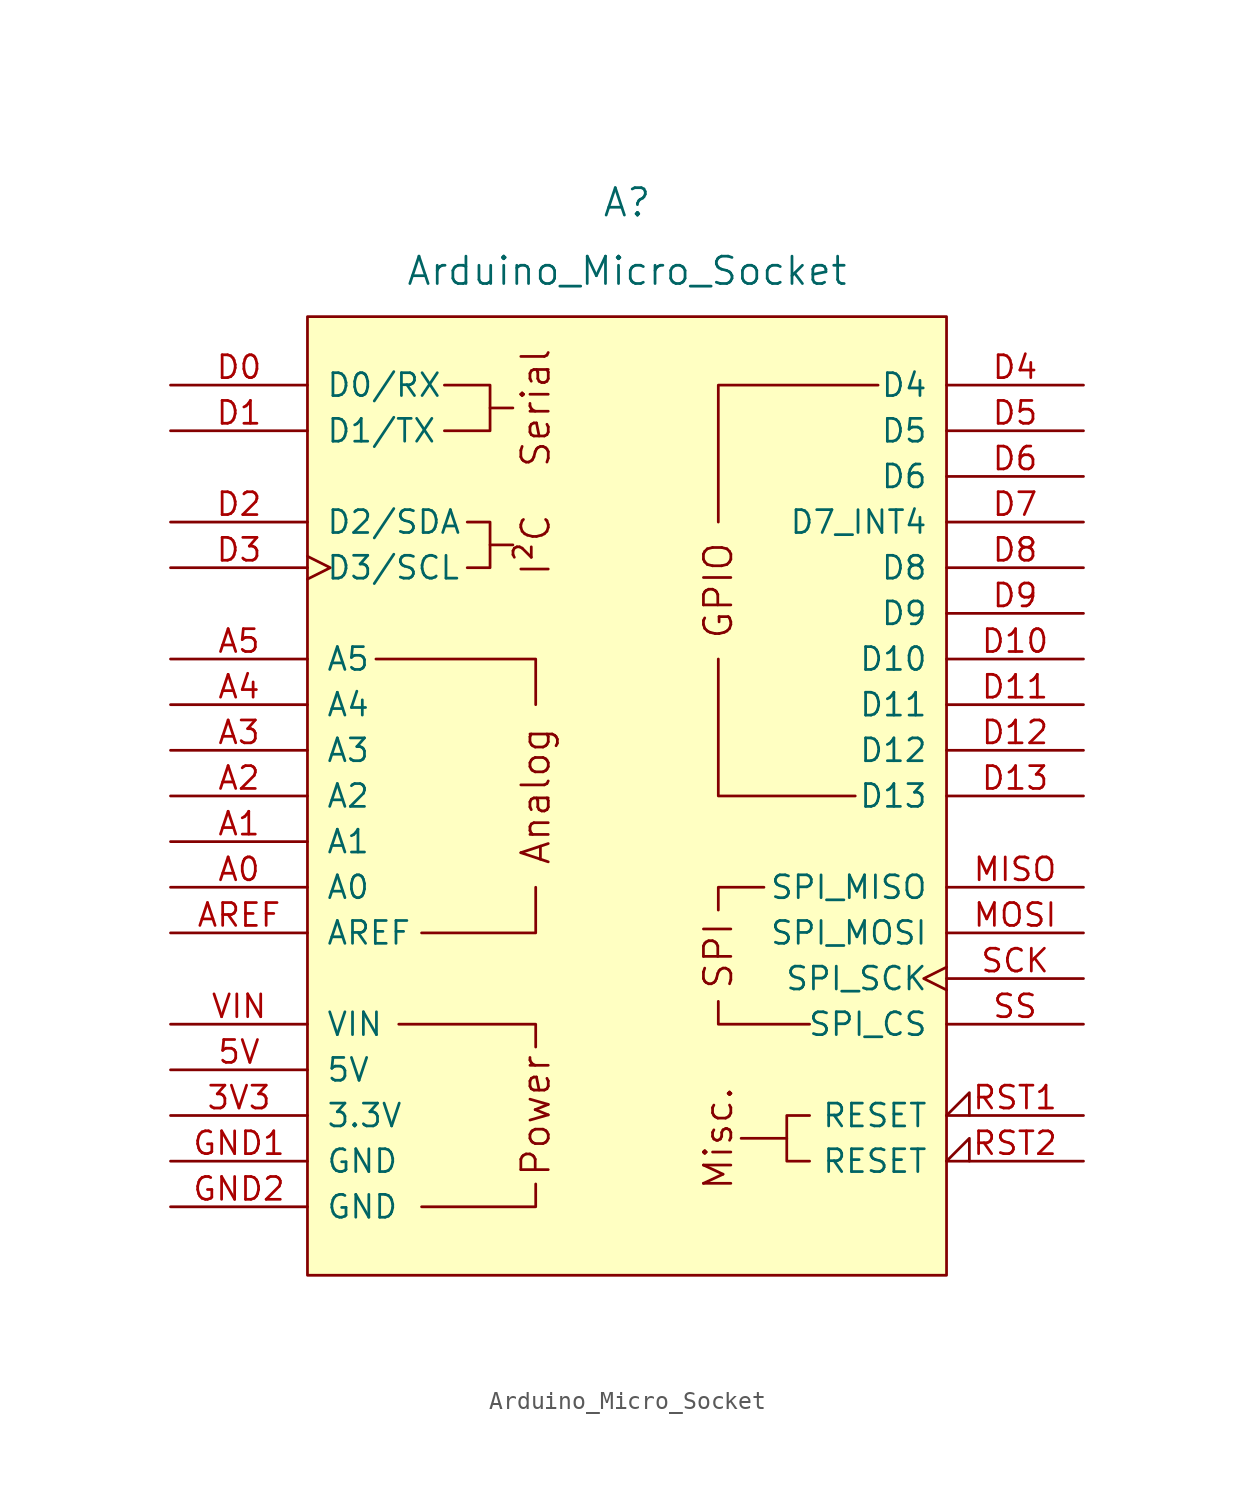
<source format=kicad_sym>
(kicad_symbol_lib
  (version 20241209)
  (generator "kicad_symbol_editor")
  (generator_version "9.0")
  (symbol "Arduino_Micro_Socket"
    (pin_names
      (offset 1.016))
    (property "Reference" "A"
      (at 0 33.02 0)
      (effects (font (size 1.524 1.524))))
    (property "Value" "Arduino_Micro_Socket"
      (at 0 29.21 0)
      (effects (font (size 1.524 1.524))))
    (symbol "Arduino_Micro_Socket_0_0"
      (rectangle (start -17.78 26.67) (end 17.78 -26.67) (stroke (width 0) (type default)) (fill (type background)))
      (polyline (pts (xy -11.43 -22.86) (xy -5.08 -22.86) (xy -5.08 -21.59)) (stroke (width 0) (type default)) (fill (type none)))
      (polyline (pts (xy -10.16 22.86) (xy -7.62 22.86) (xy -7.62 20.32) (xy -10.16 20.32)) (stroke (width 0) (type default)) (fill (type none)))
      (polyline (pts (xy -8.89 15.24) (xy -7.62 15.24) (xy -7.62 12.7) (xy -8.89 12.7)) (stroke (width 0) (type default)) (fill (type none)))
      (polyline (pts (xy -7.62 21.59) (xy -6.35 21.59)) (stroke (width 0) (type default)) (fill (type none)))
      (polyline (pts (xy -7.62 13.97) (xy -6.35 13.97)) (stroke (width 0) (type default)) (fill (type none)))
      (polyline (pts (xy -5.08 5.08) (xy -5.08 7.62) (xy -13.97 7.62)) (stroke (width 0) (type default)) (fill (type none)))
      (polyline (pts (xy -5.08 -5.08) (xy -5.08 -7.62) (xy -11.43 -7.62)) (stroke (width 0) (type default)) (fill (type none)))
      (polyline (pts (xy -5.08 -13.97) (xy -5.08 -12.7) (xy -12.7 -12.7)) (stroke (width 0) (type default)) (fill (type none)))
      (polyline (pts (xy 5.08 7.62) (xy 5.08 0) (xy 12.7 0)) (stroke (width 0) (type default)) (fill (type none)))
      (polyline (pts (xy 5.08 -11.43) (xy 5.08 -12.7) (xy 10.16 -12.7)) (stroke (width 0) (type default)) (fill (type none)))
      (polyline (pts (xy 7.62 -5.08) (xy 5.08 -5.08) (xy 5.08 -6.35)) (stroke (width 0) (type default)) (fill (type none)))
      (polyline (pts (xy 8.89 -19.05) (xy 6.35 -19.05)) (stroke (width 0) (type default)) (fill (type none)))
      (polyline (pts (xy 13.97 22.86) (xy 5.08 22.86) (xy 5.08 15.24)) (stroke (width 0) (type default)) (fill (type none)))
      (text "Serial" (at -5.08 21.59 900) (effects (font (size 1.524 1.524))))
      (text "I²C" (at -5.08 13.97 900) (effects (font (size 1.524 1.524))))
      (text "Analog" (at -5.08 0 900) (effects (font (size 1.524 1.524))))
      (text "Power" (at -5.08 -17.78 900) (effects (font (size 1.524 1.524))))
      (text "SPI" (at 5.08 -8.89 900) (effects (font (size 1.524 1.524))))
      (text "Misc." (at 5.08 -19.05 900) (effects (font (size 1.524 1.524)))))
    (symbol "Arduino_Micro_Socket_0_1"
      (polyline (pts (xy 10.16 -17.78) (xy 8.89 -17.78) (xy 8.89 -20.32) (xy 10.16 -20.32)) (stroke (width 0) (type default)) (fill (type none))))
    (symbol "Arduino_Micro_Socket_1_0"
      (text "GPIO" (at 5.08 11.43 900) (effects (font (size 1.524 1.524)))))
    (symbol "Arduino_Micro_Socket_1_1"
      (pin bidirectional line (at -25.4 22.86 0) (length 7.62) (name "D0/RX" (effects (font (size 1.27 1.27)))) (number "D0" (effects (font (size 1.27 1.27)))))
      (pin bidirectional line (at -25.4 20.32 0) (length 7.62) (name "D1/TX" (effects (font (size 1.27 1.27)))) (number "D1" (effects (font (size 1.27 1.27)))))
      (pin bidirectional line (at -25.4 15.24 0) (length 7.62) (name "D2/SDA" (effects (font (size 1.27 1.27)))) (number "D2" (effects (font (size 1.27 1.27)))))
      (pin bidirectional clock (at -25.4 12.7 0) (length 7.62) (name "D3/SCL" (effects (font (size 1.27 1.27)))) (number "D3" (effects (font (size 1.27 1.27)))))
      (pin bidirectional line (at -25.4 7.62 0) (length 7.62) (name "A5" (effects (font (size 1.27 1.27)))) (number "A5" (effects (font (size 1.27 1.27)))))
      (pin bidirectional line (at -25.4 5.08 0) (length 7.62) (name "A4" (effects (font (size 1.27 1.27)))) (number "A4" (effects (font (size 1.27 1.27)))))
      (pin bidirectional line (at -25.4 2.54 0) (length 7.62) (name "A3" (effects (font (size 1.27 1.27)))) (number "A3" (effects (font (size 1.27 1.27)))))
      (pin bidirectional line (at -25.4 0 0) (length 7.62) (name "A2" (effects (font (size 1.27 1.27)))) (number "A2" (effects (font (size 1.27 1.27)))))
      (pin bidirectional line (at -25.4 -2.54 0) (length 7.62) (name "A1" (effects (font (size 1.27 1.27)))) (number "A1" (effects (font (size 1.27 1.27)))))
      (pin bidirectional line (at -25.4 -5.08 0) (length 7.62) (name "A0" (effects (font (size 1.27 1.27)))) (number "A0" (effects (font (size 1.27 1.27)))))
      (pin input line (at -25.4 -7.62 0) (length 7.62) (name "AREF" (effects (font (size 1.27 1.27)))) (number "AREF" (effects (font (size 1.27 1.27)))))
      (pin power_in line (at -25.4 -12.7 0) (length 7.62) (name "VIN" (effects (font (size 1.27 1.27)))) (number "VIN" (effects (font (size 1.27 1.27)))))
      (pin power_in line (at -25.4 -15.24 0) (length 7.62) (name "5V" (effects (font (size 1.27 1.27)))) (number "5V" (effects (font (size 1.27 1.27)))))
      (pin power_out line (at -25.4 -17.78 0) (length 7.62) (name "3.3V" (effects (font (size 1.27 1.27)))) (number "3V3" (effects (font (size 1.27 1.27)))))
      (pin power_in line (at -25.4 -20.32 0) (length 7.62) (name "GND" (effects (font (size 1.27 1.27)))) (number "GND1" (effects (font (size 1.27 1.27)))))
      (pin power_in line (at -25.4 -22.86 0) (length 7.62) (name "GND" (effects (font (size 1.27 1.27)))) (number "GND2" (effects (font (size 1.27 1.27)))))
      (pin bidirectional line (at 25.4 22.86 180) (length 7.62) (name "D4" (effects (font (size 1.27 1.27)))) (number "D4" (effects (font (size 1.27 1.27)))))
      (pin bidirectional line (at 25.4 20.32 180) (length 7.62) (name "D5" (effects (font (size 1.27 1.27)))) (number "D5" (effects (font (size 1.27 1.27)))))
      (pin bidirectional line (at 25.4 17.78 180) (length 7.62) (name "D6" (effects (font (size 1.27 1.27)))) (number "D6" (effects (font (size 1.27 1.27)))))
      (pin bidirectional line (at 25.4 15.24 180) (length 7.62) (name "D7_INT4" (effects (font (size 1.27 1.27)))) (number "D7" (effects (font (size 1.27 1.27)))))
      (pin bidirectional line (at 25.4 12.7 180) (length 7.62) (name "D8" (effects (font (size 1.27 1.27)))) (number "D8" (effects (font (size 1.27 1.27)))))
      (pin bidirectional line (at 25.4 10.16 180) (length 7.62) (name "D9" (effects (font (size 1.27 1.27)))) (number "D9" (effects (font (size 1.27 1.27)))))
      (pin bidirectional line (at 25.4 7.62 180) (length 7.62) (name "D10" (effects (font (size 1.27 1.27)))) (number "D10" (effects (font (size 1.27 1.27)))))
      (pin bidirectional line (at 25.4 5.08 180) (length 7.62) (name "D11" (effects (font (size 1.27 1.27)))) (number "D11" (effects (font (size 1.27 1.27)))))
      (pin bidirectional line (at 25.4 2.54 180) (length 7.62) (name "D12" (effects (font (size 1.27 1.27)))) (number "D12" (effects (font (size 1.27 1.27)))))
      (pin bidirectional line (at 25.4 0 180) (length 7.62) (name "D13" (effects (font (size 1.27 1.27)))) (number "D13" (effects (font (size 1.27 1.27)))))
      (pin input line (at 25.4 -5.08 180) (length 7.62) (name "SPI_MISO" (effects (font (size 1.27 1.27)))) (number "MISO" (effects (font (size 1.27 1.27)))))
      (pin output line (at 25.4 -7.62 180) (length 7.62) (name "SPI_MOSI" (effects (font (size 1.27 1.27)))) (number "MOSI" (effects (font (size 1.27 1.27)))))
      (pin output clock (at 25.4 -10.16 180) (length 7.62) (name "SPI_SCK" (effects (font (size 1.27 1.27)))) (number "SCK" (effects (font (size 1.27 1.27)))))
      (pin bidirectional line (at 25.4 -12.7 180) (length 7.62) (name "SPI_CS" (effects (font (size 1.27 1.27)))) (number "SS" (effects (font (size 1.27 1.27)))))
      (pin open_collector input_low (at 25.4 -17.78 180) (length 7.62) (name "RESET" (effects (font (size 1.27 1.27)))) (number "RST1" (effects (font (size 1.27 1.27)))))
      (pin open_collector input_low (at 25.4 -20.32 180) (length 7.62) (name "RESET" (effects (font (size 1.27 1.27)))) (number "RST2" (effects (font (size 1.27 1.27))))))))
</source>
